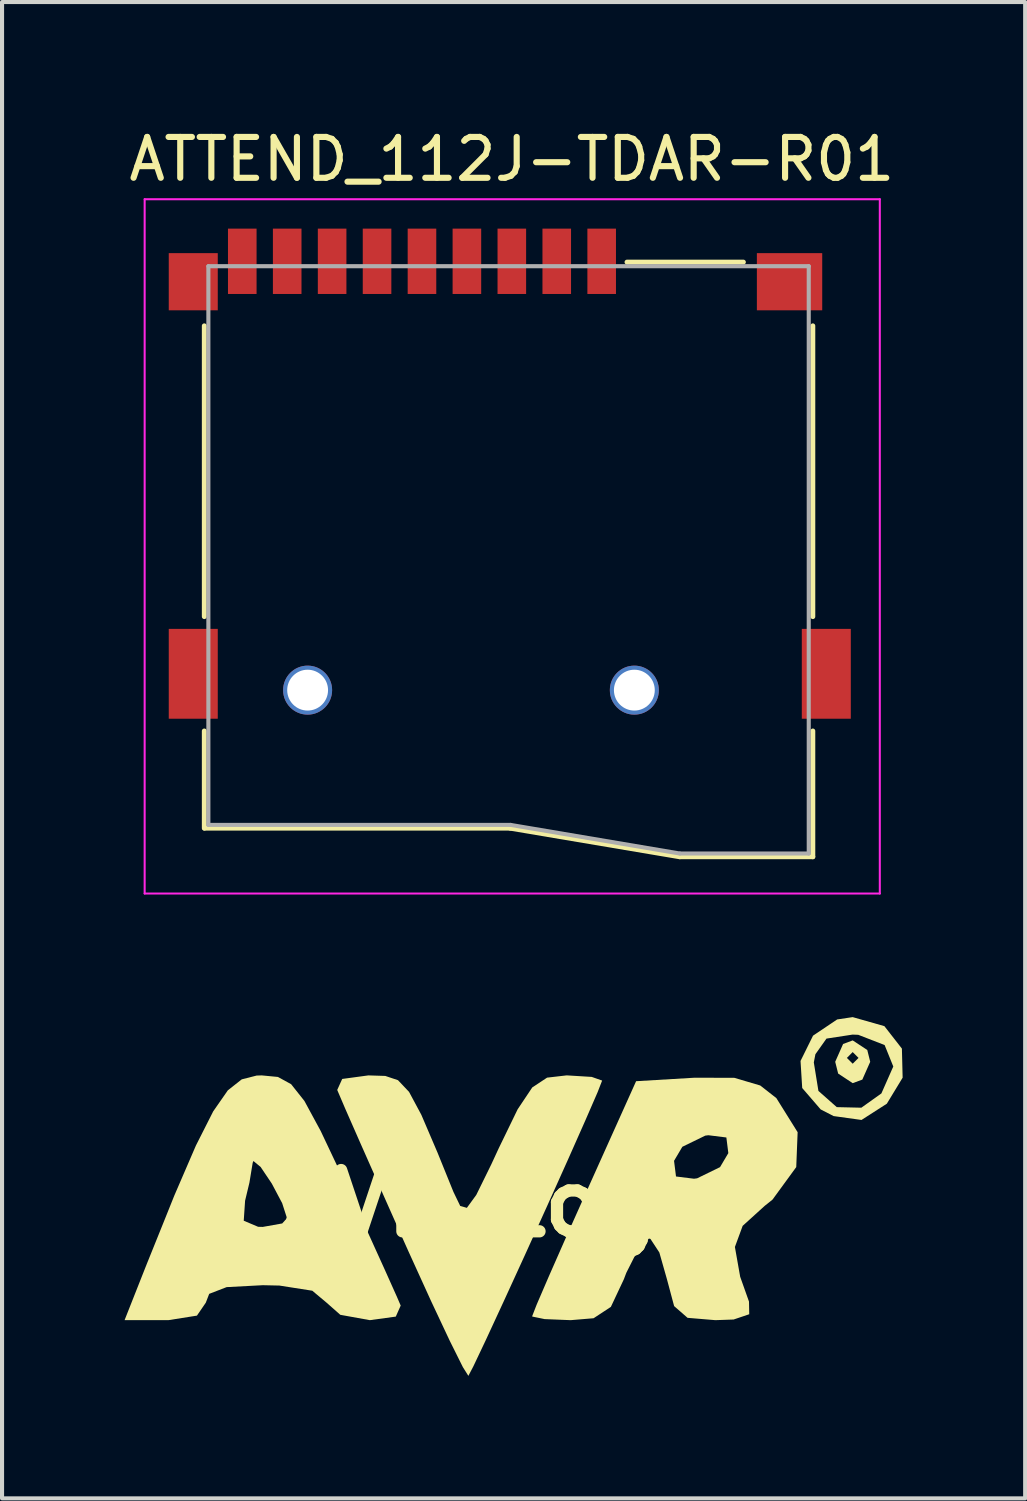
<source format=kicad_pcb>
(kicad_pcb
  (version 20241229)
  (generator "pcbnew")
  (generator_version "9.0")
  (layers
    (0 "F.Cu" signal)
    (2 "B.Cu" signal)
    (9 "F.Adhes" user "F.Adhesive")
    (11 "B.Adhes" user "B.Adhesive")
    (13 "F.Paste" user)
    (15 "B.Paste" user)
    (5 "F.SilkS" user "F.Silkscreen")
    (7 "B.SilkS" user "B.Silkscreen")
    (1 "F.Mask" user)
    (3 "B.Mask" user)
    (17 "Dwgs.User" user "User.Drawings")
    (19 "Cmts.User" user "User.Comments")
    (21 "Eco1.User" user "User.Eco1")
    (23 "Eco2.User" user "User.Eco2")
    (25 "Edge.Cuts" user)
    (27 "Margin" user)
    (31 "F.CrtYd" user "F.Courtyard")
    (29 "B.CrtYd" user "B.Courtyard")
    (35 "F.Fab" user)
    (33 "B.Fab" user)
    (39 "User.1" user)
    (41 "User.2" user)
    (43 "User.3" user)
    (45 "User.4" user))
  (footprint "AVR_Logo"
    (layer "F.Cu")
    (at 9.124 26.42)
    (property "Reference" "AVR_Logo" (at 0 0 0) (layer "F.SilkS") (effects (font (size 1.5 1.5) (thickness 0.3))))
    (attr board_only exclude_from_pos_files exclude_from_bom)
    (fp_poly (pts (xy 9.061 -3.761) (xy 9.133 -3.472) (xy 8.94 -3.036) (xy 8.704 -2.949) (xy 8.348 -3.184) (xy 8.276 -3.472) (xy 8.318 -3.567) (xy 8.562 -3.567) (xy 8.704 -3.425) (xy 8.847 -3.567) (xy 8.704 -3.71) (xy 8.562 -3.567) (xy 8.318 -3.567) (xy 8.469 -3.908) (xy 8.704 -3.996)) (stroke (width 0) (type solid)) (fill yes) (layer "F.SilkS"))
    (fp_poly (pts (xy 9.48 -4.345) (xy 9.909 -3.795) (xy 9.927 -3.083) (xy 9.54 -2.446) (xy 8.92 -2.048) (xy 8.236 -2.143) (xy 7.92 -2.306) (xy 7.468 -2.83) (xy 7.429 -3.457) (xy 7.752 -3.457) (xy 7.865 -2.759) (xy 8.314 -2.362) (xy 8.916 -2.348) (xy 9.407 -2.698) (xy 9.698 -3.357) (xy 9.486 -3.882) (xy 8.84 -4.133) (xy 8.701 -4.138) (xy 8.062 -4.04) (xy 7.791 -3.657) (xy 7.752 -3.457) (xy 7.429 -3.457) (xy 7.427 -3.493) (xy 7.733 -4.112) (xy 8.324 -4.509) (xy 8.704 -4.566)) (stroke (width 0) (type solid)) (fill yes) (layer "F.SilkS"))
    (fp_poly (pts (xy 2.315 -3.102) (xy 2.568 -3.013) (xy 2.569 -3.012) (xy 2.458 -2.727) (xy 2.16 -2.041) (xy 1.729 -1.069) (xy 1.217 0.071) (xy 0.677 1.263) (xy 0.161 2.39) (xy -0.277 3.337) (xy -0.584 3.985) (xy -0.706 4.218) (xy -0.841 4.003) (xy -1.161 3.361) (xy -1.62 2.385) (xy -2.173 1.17) (xy -2.278 0.936) (xy -2.854 -0.36) (xy -3.351 -1.482) (xy -3.719 -2.319) (xy -3.908 -2.761) (xy -3.917 -2.783) (xy -3.795 -3.052) (xy -3.155 -3.139) (xy -2.74 -3.126) (xy -2.43 -3.022) (xy -2.159 -2.736) (xy -1.858 -2.175) (xy -1.46 -1.245) (xy -1.071 -0.285) (xy -0.906 0.057) (xy -0.743 0.104) (xy -0.512 -0.213) (xy -0.145 -0.96) (xy 0.038 -1.356) (xy 0.5 -2.308) (xy 0.859 -2.845) (xy 1.221 -3.084) (xy 1.696 -3.139) (xy 1.713 -3.139)) (stroke (width 0) (type solid)) (fill yes) (layer "F.SilkS"))
    (fp_poly (pts (xy -5.369 -3.101) (xy -5.046 -2.924) (xy -4.721 -2.514) (xy -4.321 -1.776) (xy -3.773 -0.617) (xy -3.719 -0.499) (xy -3.193 0.648) (xy -2.752 1.62) (xy -2.453 2.288) (xy -2.363 2.497) (xy -2.483 2.767) (xy -3.118 2.854) (xy -3.842 2.723) (xy -4.178 2.426) (xy -4.528 2.133) (xy -5.333 2.007) (xy -5.738 1.998) (xy -6.625 2.045) (xy -7.052 2.21) (xy -7.135 2.426) (xy -7.352 2.743) (xy -8.046 2.853) (xy -8.13 2.854) (xy -9.124 2.854) (xy -8.588 1.498) (xy -8.153 0.419) (xy -6.206 0.419) (xy -5.854 0.568) (xy -5.741 0.571) (xy -5.264 0.486) (xy -5.147 0.357) (xy -5.265 -0.01) (xy -5.519 -0.49) (xy -5.792 -0.896) (xy -5.969 -1.043) (xy -5.987 -0.999) (xy -6.067 -0.513) (xy -6.173 -0.071) (xy -6.206 0.419) (xy -8.153 0.419) (xy -7.907 -0.194) (xy -7.377 -1.422) (xy -6.954 -2.258) (xy -6.595 -2.774) (xy -6.255 -3.042) (xy -5.89 -3.135) (xy -5.764 -3.139)) (stroke (width 0) (type solid)) (fill yes) (layer "F.SilkS"))
    (fp_poly (pts (xy 5.804 -3.08) (xy 6.44 -2.892) (xy 6.835 -2.583) (xy 7.356 -1.748) (xy 7.322 -0.894) (xy 6.741 -0.098) (xy 6.549 0.056) (xy 6.01 0.545) (xy 5.82 1.062) (xy 5.949 1.791) (xy 6.165 2.399) (xy 6.171 2.709) (xy 5.789 2.838) (xy 5.342 2.854) (xy 4.661 2.797) (xy 4.332 2.51) (xy 4.157 1.855) (xy 3.97 1.197) (xy 3.752 0.865) (xy 3.716 0.856) (xy 3.463 1.097) (xy 3.162 1.693) (xy 3.1 1.855) (xy 2.783 2.529) (xy 2.36 2.807) (xy 1.798 2.854) (xy 1.16 2.828) (xy 0.86 2.766) (xy 0.856 2.757) (xy 0.966 2.474) (xy 1.264 1.782) (xy 1.701 0.79) (xy 2.129 -0.168) (xy 2.524 -1.047) (xy 4.33 -1.047) (xy 4.378 -0.664) (xy 4.819 -0.609) (xy 4.895 -0.619) (xy 5.456 -0.893) (xy 5.659 -1.236) (xy 5.611 -1.619) (xy 5.17 -1.674) (xy 5.094 -1.664) (xy 4.533 -1.391) (xy 4.33 -1.047) (xy 2.524 -1.047) (xy 3.401 -2.997) (xy 4.826 -3.082)) (stroke (width 0) (type solid)) (fill yes) (layer "F.SilkS")))
  (footprint "ATTEND_112J-TDAR-R01"
    (layer "F.Cu")
    (at 9.432 3.848)
    (property "Reference" "ATTEND_112J-TDAR-R01" (at 0.05 -3 0) (layer "F.SilkS") (effects (font (size 1 1) (thickness 0.15))))
    (attr through_hole)
    (fp_line (start -7.48 1.08) (end -7.48 8.2) (stroke (width 0.12) (type solid)) (layer "F.SilkS"))
    (fp_line (start -7.48 11) (end -7.48 13.38) (stroke (width 0.12) (type solid)) (layer "F.SilkS"))
    (fp_line (start 0.01 13.38) (end 4.16 14.08) (stroke (width 0.12) (type solid)) (layer "F.SilkS"))
    (fp_line (start 0.02 13.38) (end -7.47 13.38) (stroke (width 0.12) (type solid)) (layer "F.SilkS"))
    (fp_line (start 4.17 14.08) (end 7.42 14.08) (stroke (width 0.12) (type solid)) (layer "F.SilkS"))
    (fp_line (start 5.72 -0.48) (end 2.87 -0.48) (stroke (width 0.12) (type solid)) (layer "F.SilkS"))
    (fp_line (start 7.42 1.08) (end 7.42 8.2) (stroke (width 0.12) (type solid)) (layer "F.SilkS"))
    (fp_line (start 7.42 11) (end 7.42 14.08) (stroke (width 0.12) (type solid)) (layer "F.SilkS"))
    (fp_line (start -8.94 -2.02) (end -8.94 14.98) (stroke (width 0.05) (type solid)) (layer "F.CrtYd"))
    (fp_line (start -8.94 -2.02) (end 9.06 -2.02) (stroke (width 0.05) (type solid)) (layer "F.CrtYd"))
    (fp_line (start -8.94 14.98) (end 9.06 14.98) (stroke (width 0.05) (type solid)) (layer "F.CrtYd"))
    (fp_line (start 9.06 -2.02) (end 9.06 14.98) (stroke (width 0.05) (type solid)) (layer "F.CrtYd"))
    (fp_line (start -7.38 -0.38) (end -7.38 13.3) (stroke (width 0.1) (type solid)) (layer "F.Fab"))
    (fp_line (start -7.38 -0.38) (end 7.32 -0.38) (stroke (width 0.1) (type solid)) (layer "F.Fab"))
    (fp_line (start -7.38 13.3) (end 0.02 13.3) (stroke (width 0.1) (type solid)) (layer "F.Fab"))
    (fp_line (start 0.02 13.3) (end 4.16 14) (stroke (width 0.1) (type solid)) (layer "F.Fab"))
    (fp_line (start 7.32 -0.38) (end 7.32 14) (stroke (width 0.1) (type solid)) (layer "F.Fab"))
    (fp_line (start 7.32 14) (end 4.17 14) (stroke (width 0.1) (type solid)) (layer "F.Fab"))
    (pad "" np_thru_hole circle (at -4.95 10) (size 1.2 1.2) (drill 1) (layers "*.Cu" "*.Mask"))
    (pad "" np_thru_hole circle (at 3.05 10) (size 1.2 1.2) (drill 1) (layers "*.Cu" "*.Mask"))
    (pad "1" smd rect (at 2.25 -0.5) (size 0.7 1.6) (layers "F.Cu" "F.Mask" "F.Paste"))
    (pad "2" smd rect (at 1.15 -0.5) (size 0.7 1.6) (layers "F.Cu" "F.Mask" "F.Paste"))
    (pad "3" smd rect (at 0.05 -0.5) (size 0.7 1.6) (layers "F.Cu" "F.Mask" "F.Paste"))
    (pad "4" smd rect (at -1.05 -0.5) (size 0.7 1.6) (layers "F.Cu" "F.Mask" "F.Paste"))
    (pad "5" smd rect (at -2.15 -0.5) (size 0.7 1.6) (layers "F.Cu" "F.Mask" "F.Paste"))
    (pad "6" smd rect (at -3.25 -0.5) (size 0.7 1.6) (layers "F.Cu" "F.Mask" "F.Paste"))
    (pad "7" smd rect (at -4.35 -0.5) (size 0.7 1.6) (layers "F.Cu" "F.Mask" "F.Paste"))
    (pad "8" smd rect (at -5.45 -0.5) (size 0.7 1.6) (layers "F.Cu" "F.Mask" "F.Paste"))
    (pad "9" smd rect (at -6.55 -0.5) (size 0.7 1.6) (layers "F.Cu" "F.Mask" "F.Paste"))
    (pad "10" smd rect (at -7.75 0) (size 1.2 1.4) (layers "F.Cu" "F.Mask" "F.Paste"))
    (pad "10" smd rect (at -7.75 9.6) (size 1.2 2.2) (layers "F.Cu" "F.Mask" "F.Paste"))
    (pad "10" smd rect (at 6.85 0) (size 1.6 1.4) (layers "F.Cu" "F.Mask" "F.Paste"))
    (pad "10" smd rect (at 7.75 9.6) (size 1.2 2.2) (layers "F.Cu" "F.Mask" "F.Paste")))
  (gr_rect
    (start -3 -3)
    (end 22.051 33.637)
    (stroke (width 0.1) (type default))
    (fill no)
    (layer "Edge.Cuts")))
</source>
